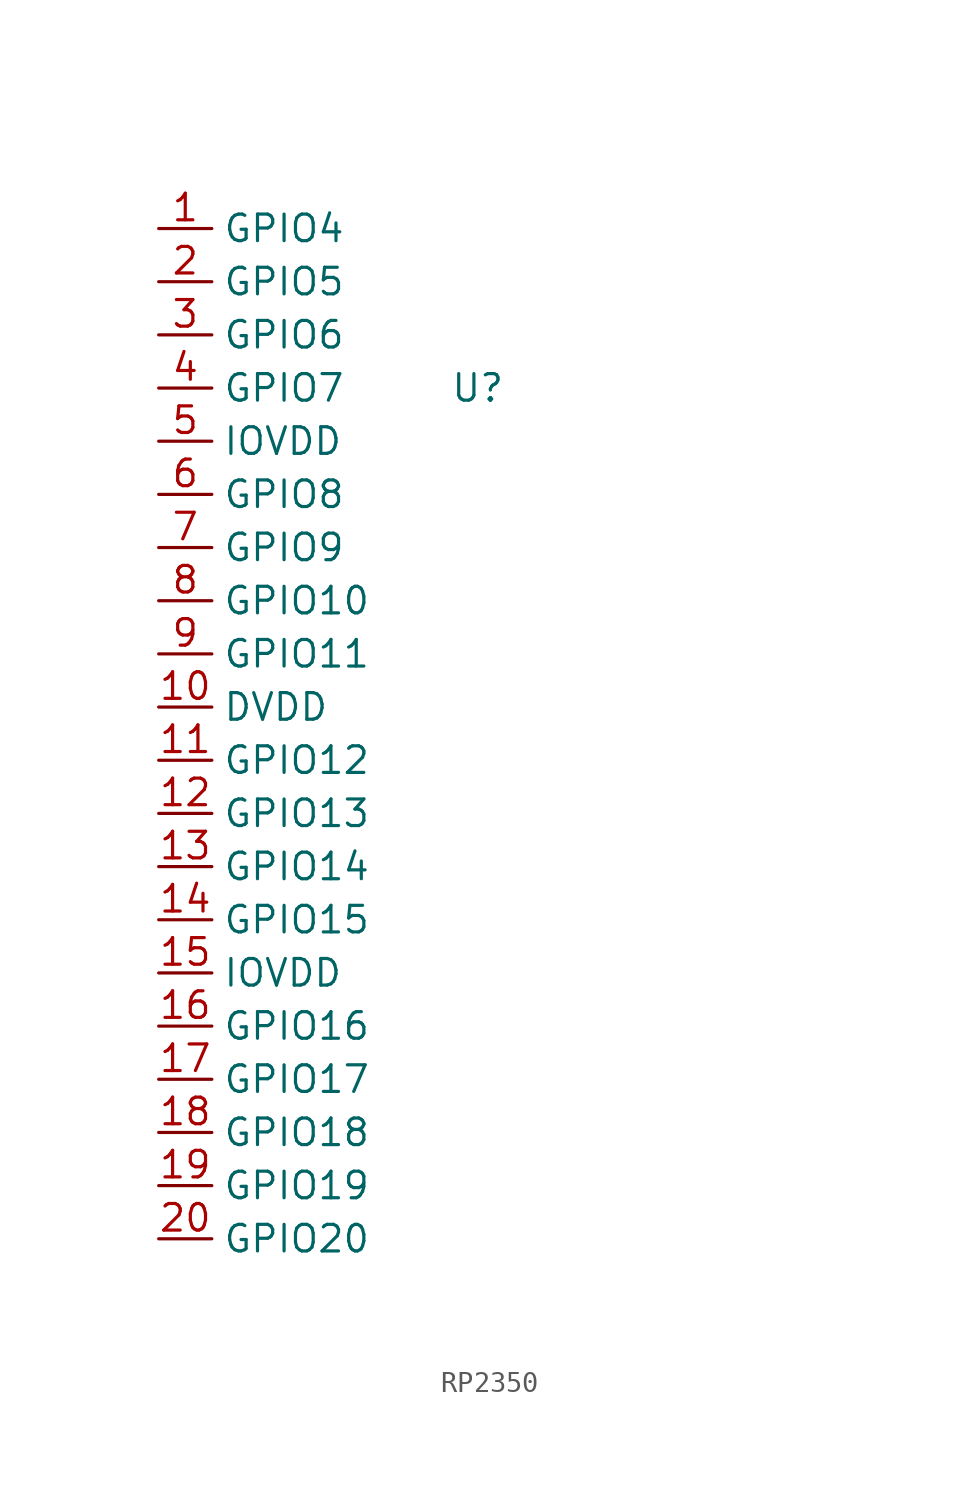
<source format=kicad_sym>
(kicad_symbol_lib
  (version 20241209)
  (generator "kicad_symbol_editor")
  (generator_version "9.0")
  (symbol "RP2350"
    (property "Reference" "U"
      (at -16.51 16.51 0)
      (effects (font (size 1.27 1.27))))
    (property "Value" ""
      (at 0 0 0)
      (effects (font (size 1.27 1.27))))
    (symbol "RP2350_1_1"
      (pin passive line (at -31.75 24.13 0) (length 2.54) (name "GPIO4" (effects (font (size 1.27 1.27)))) (number "1" (effects (font (size 1.27 1.27)))))
      (pin passive line (at -31.75 21.59 0) (length 2.54) (name "GPIO5" (effects (font (size 1.27 1.27)))) (number "2" (effects (font (size 1.27 1.27)))))
      (pin passive line (at -31.75 19.05 0) (length 2.54) (name "GPIO6" (effects (font (size 1.27 1.27)))) (number "3" (effects (font (size 1.27 1.27)))))
      (pin passive line (at -31.75 16.51 0) (length 2.54) (name "GPIO7" (effects (font (size 1.27 1.27)))) (number "4" (effects (font (size 1.27 1.27)))))
      (pin passive line (at -31.75 13.97 0) (length 2.54) (name "IOVDD" (effects (font (size 1.27 1.27)))) (number "5" (effects (font (size 1.27 1.27)))))
      (pin passive line (at -31.75 11.43 0) (length 2.54) (name "GPIO8" (effects (font (size 1.27 1.27)))) (number "6" (effects (font (size 1.27 1.27)))))
      (pin passive line (at -31.75 8.89 0) (length 2.54) (name "GPIO9" (effects (font (size 1.27 1.27)))) (number "7" (effects (font (size 1.27 1.27)))))
      (pin passive line (at -31.75 6.35 0) (length 2.54) (name "GPIO10" (effects (font (size 1.27 1.27)))) (number "8" (effects (font (size 1.27 1.27)))))
      (pin passive line (at -31.75 3.81 0) (length 2.54) (name "GPIO11" (effects (font (size 1.27 1.27)))) (number "9" (effects (font (size 1.27 1.27)))))
      (pin passive line (at -31.75 1.27 0) (length 2.54) (name "DVDD" (effects (font (size 1.27 1.27)))) (number "10" (effects (font (size 1.27 1.27)))))
      (pin passive line (at -31.75 -1.27 0) (length 2.54) (name "GPIO12" (effects (font (size 1.27 1.27)))) (number "11" (effects (font (size 1.27 1.27)))))
      (pin passive line (at -31.75 -3.81 0) (length 2.54) (name "GPIO13" (effects (font (size 1.27 1.27)))) (number "12" (effects (font (size 1.27 1.27)))))
      (pin passive line (at -31.75 -6.35 0) (length 2.54) (name "GPIO14" (effects (font (size 1.27 1.27)))) (number "13" (effects (font (size 1.27 1.27)))))
      (pin passive line (at -31.75 -8.89 0) (length 2.54) (name "GPIO15" (effects (font (size 1.27 1.27)))) (number "14" (effects (font (size 1.27 1.27)))))
      (pin passive line (at -31.75 -11.43 0) (length 2.54) (name "IOVDD" (effects (font (size 1.27 1.27)))) (number "15" (effects (font (size 1.27 1.27)))))
      (pin passive line (at -31.75 -13.97 0) (length 2.54) (name "GPIO16" (effects (font (size 1.27 1.27)))) (number "16" (effects (font (size 1.27 1.27)))))
      (pin passive line (at -31.75 -16.51 0) (length 2.54) (name "GPIO17" (effects (font (size 1.27 1.27)))) (number "17" (effects (font (size 1.27 1.27)))))
      (pin passive line (at -31.75 -19.05 0) (length 2.54) (name "GPIO18" (effects (font (size 1.27 1.27)))) (number "18" (effects (font (size 1.27 1.27)))))
      (pin passive line (at -31.75 -21.59 0) (length 2.54) (name "GPIO19" (effects (font (size 1.27 1.27)))) (number "19" (effects (font (size 1.27 1.27)))))
      (pin passive line (at -31.75 -24.13 0) (length 2.54) (name "GPIO20" (effects (font (size 1.27 1.27)))) (number "20" (effects (font (size 1.27 1.27))))))))
</source>
